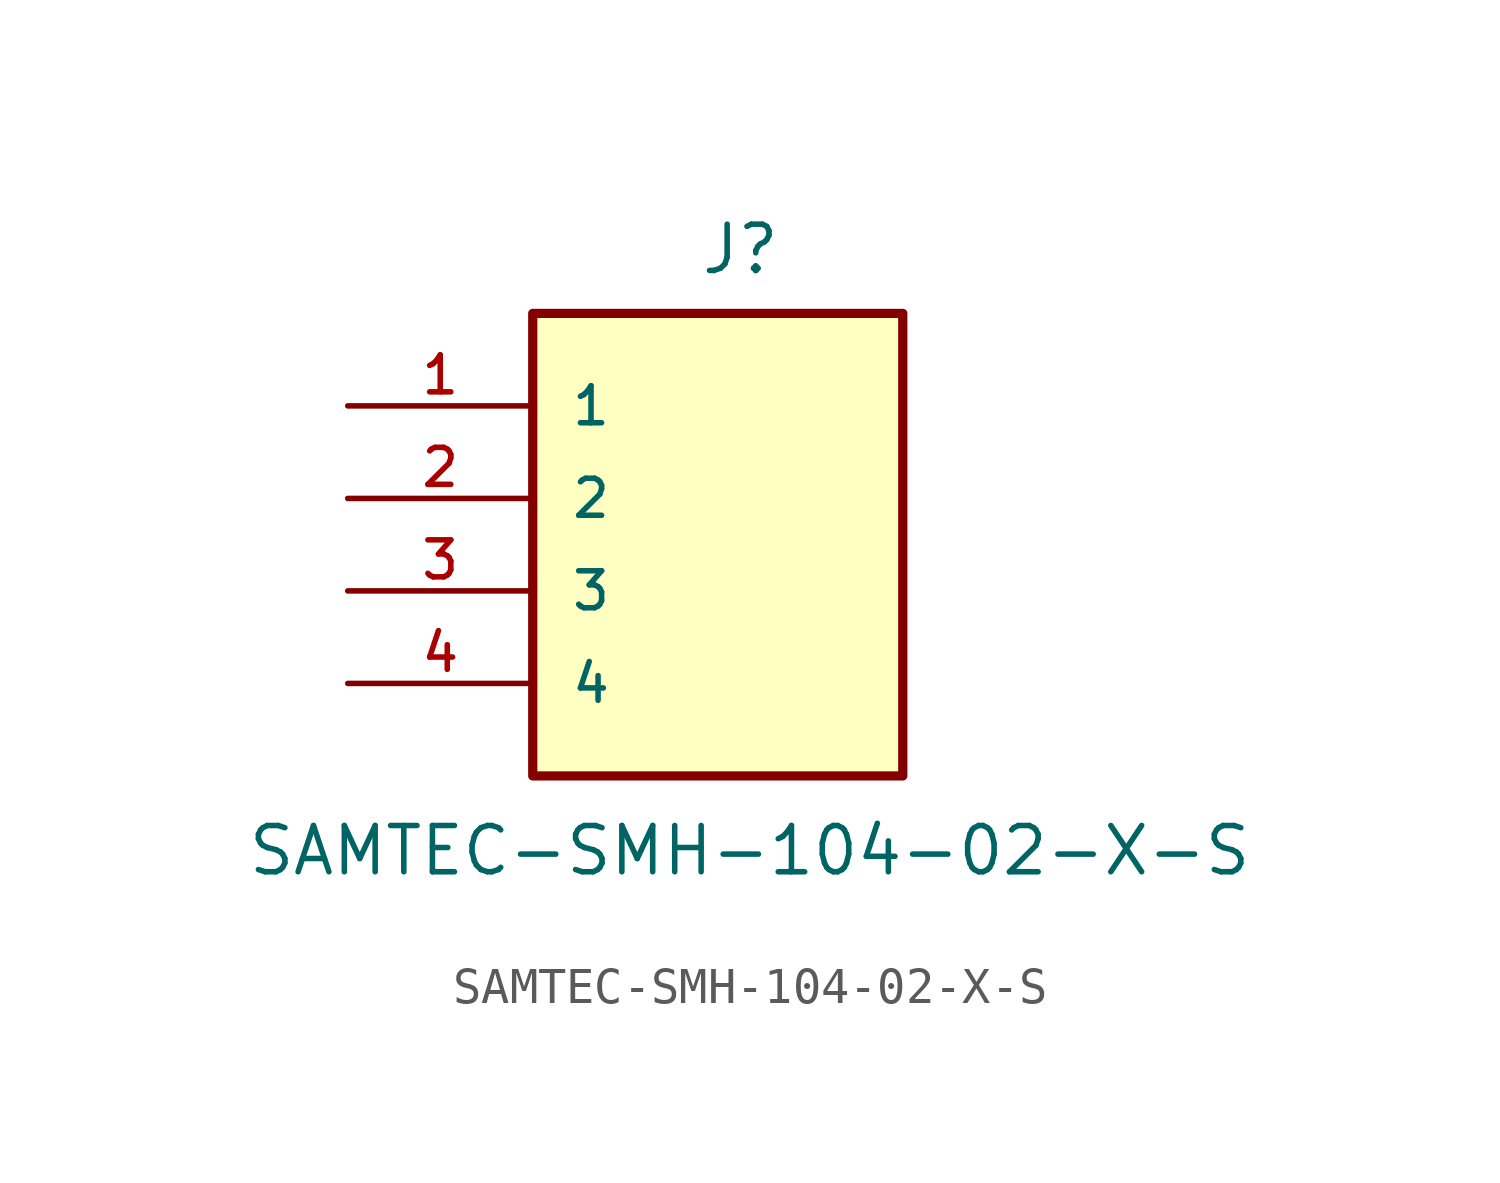
<source format=kicad_sym>
(kicad_symbol_lib
  (version 20231120)
  (generator "kicad_symbol_editor")
  (generator_version "8.0")
  (symbol "SAMTEC-SMH-104-02-X-S"
    (pin_names
      (offset 1.016))
    (property "Reference" "J"
      (at -0.508 7.366 0)
      (effects (font (size 1.27 1.27)) (justify left bottom)))
    (property "Value" "SAMTEC-SMH-104-02-X-S"
      (at -12.954 -9.144 0)
      (effects (font (size 1.27 1.27)) (justify left bottom)))
    (symbol "SAMTEC-SMH-104-02-X-S_0_0"
      (rectangle (start -5.08 6.35) (end 5.08 -6.35) (stroke (width 0.254) (type default)) (fill (type background)))
      (pin bidirectional line (at -10.16 3.81 0) (length 5.08) (name "1" (effects (font (size 1.016 1.016)))) (number "1" (effects (font (size 1.016 1.016)))))
      (pin bidirectional line (at -10.16 1.27 0) (length 5.08) (name "2" (effects (font (size 1.016 1.016)))) (number "2" (effects (font (size 1.016 1.016)))))
      (pin bidirectional line (at -10.16 -1.27 0) (length 5.08) (name "3" (effects (font (size 1.016 1.016)))) (number "3" (effects (font (size 1.016 1.016)))))
      (pin bidirectional line (at -10.16 -3.81 0) (length 5.08) (name "4" (effects (font (size 1.016 1.016)))) (number "4" (effects (font (size 1.016 1.016))))))))
</source>
